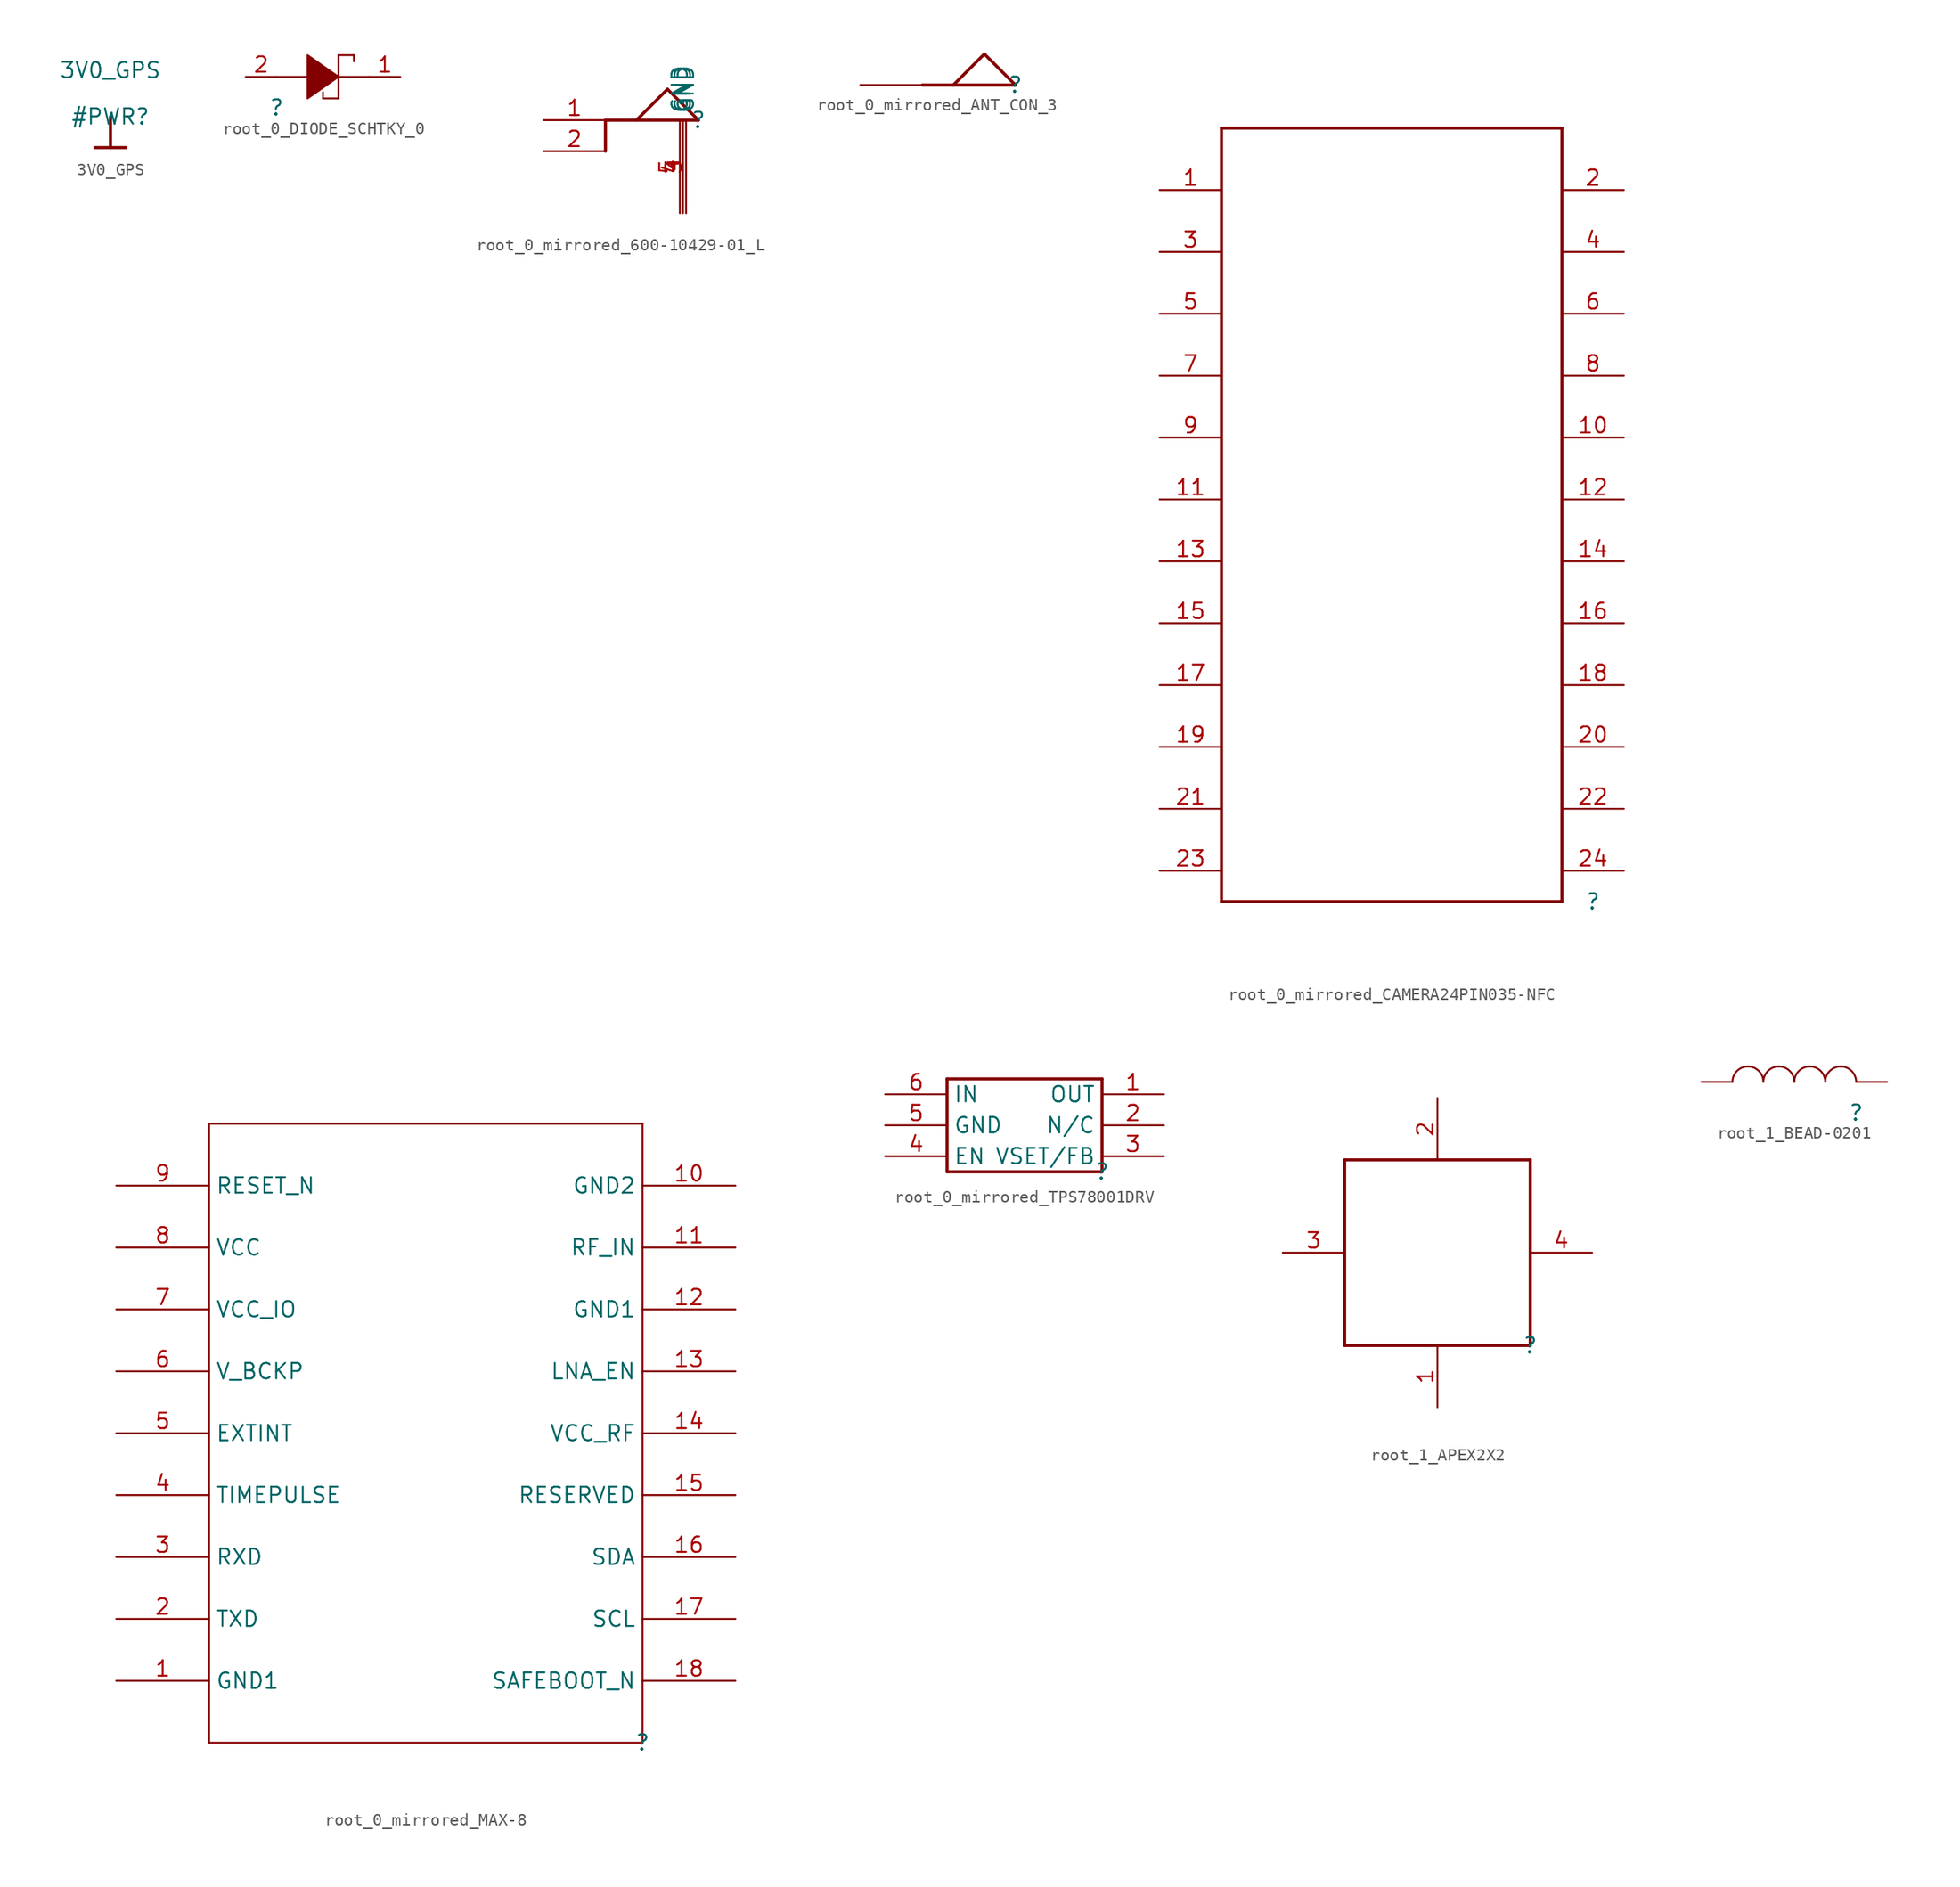
<source format=kicad_sym>
(kicad_symbol_lib
  (version 20220914)
  (generator kicad_symbol_editor)
  (symbol "3V0_GPS"
    (power)
    (property "Reference" "#PWR"
      (at 0 0 0)
      (effects (font (size 1.27 1.27))))
    (property "Value" "3V0_GPS"
      (at 0 3.81 0)
      (effects (font (size 1.27 1.27))))
    (symbol "3V0_GPS_0_0"
      (polyline (pts (xy -1.27 -2.54) (xy 1.27 -2.54)) (stroke (width 0.254) (type solid)) (fill (type none)))
      (polyline (pts (xy 0 0) (xy 0 -2.54)) (stroke (width 0.254) (type solid)) (fill (type none)))
      (pin power_in line (at 0 0 0) (length 0) hide (name "3V0_GPS" (effects (font (size 1.27 1.27)))) (number "" (effects (font (size 1.27 1.27)))))))
  (symbol "root_0_DIODE_SCHTKY_0"
    (property "Reference" ""
      (at 0 0 0)
      (effects (font (size 1.27 1.27))))
    (property "Value" ""
      (at 0 0 0)
      (effects (font (size 1.27 1.27))))
    (symbol "root_0_DIODE_SCHTKY_0_1_0"
      (polyline (pts (xy 0 2.54) (xy 2.54 2.54)) (stroke (width 0) (type solid)) (fill (type none)))
      (polyline (pts (xy 3.81 0.762) (xy 3.81 1.27)) (stroke (width 0) (type solid)) (fill (type none)))
      (polyline (pts (xy 5.08 0.762) (xy 3.81 0.762)) (stroke (width 0) (type solid)) (fill (type none)))
      (polyline (pts (xy 5.08 2.54) (xy 7.62 2.54)) (stroke (width 0) (type solid)) (fill (type none)))
      (polyline (pts (xy 5.08 4.318) (xy 5.08 0.762)) (stroke (width 0) (type solid)) (fill (type none)))
      (polyline (pts (xy 5.08 4.318) (xy 6.35 4.318)) (stroke (width 0) (type solid)) (fill (type none)))
      (polyline (pts (xy 6.35 4.318) (xy 6.35 3.81)) (stroke (width 0) (type solid)) (fill (type none)))
      (polyline (pts (xy 5.08 2.54) (xy 5.08 2.54) (xy 2.54 0.762) (xy 2.54 4.318) (xy 5.08 2.54) (xy 5.08 2.54)) (stroke (width 0) (type solid)) (fill (type outline)))
      (pin passive line (at 10.16 2.54 180) (length 2.54) (name "C" (effects (font (size 0 0)))) (number "1" (effects (font (size 1.27 1.27)))))
      (pin passive line (at -2.54 2.54 0) (length 2.54) (name "A" (effects (font (size 0 0)))) (number "2" (effects (font (size 1.27 1.27)))))))
  (symbol "root_0_mirrored_600-10429-01_L"
    (property "Reference" ""
      (at 0 0 0)
      (effects (font (size 1.27 1.27))))
    (property "Value" ""
      (at 0 0 0)
      (effects (font (size 1.27 1.27))))
    (symbol "root_0_mirrored_600-10429-01_L_0_0"
      (pin power_in line (at -1.016 -7.62 90) (length 7.62) (name "GND" (effects (font (size 1.27 1.27)))) (number "3" (effects (font (size 1.27 1.27)))))
      (pin power_in line (at -1.27 -7.62 90) (length 7.62) (name "GND" (effects (font (size 1.27 1.27)))) (number "4" (effects (font (size 1.27 1.27)))))
      (pin power_in line (at -1.524 -7.62 90) (length 7.62) (name "GND" (effects (font (size 1.27 1.27)))) (number "5" (effects (font (size 1.27 1.27))))))
    (symbol "root_0_mirrored_600-10429-01_L_1_0"
      (polyline (pts (xy -7.62 -2.54) (xy -7.62 0)) (stroke (width 0.254) (type solid)) (fill (type none)))
      (polyline (pts (xy -2.54 2.54) (xy -5.08 0)) (stroke (width 0.254) (type solid)) (fill (type none)))
      (polyline (pts (xy 0 0) (xy -7.62 0)) (stroke (width 0.254) (type solid)) (fill (type none)))
      (polyline (pts (xy 0 0) (xy -2.54 2.54)) (stroke (width 0.254) (type solid)) (fill (type none)))
      (pin passive line (at -12.7 0 0) (length 5.08) (name "1" (effects (font (size 0 0)))) (number "1" (effects (font (size 1.27 1.27)))))
      (pin passive line (at -12.7 -2.54 0) (length 5.08) (name "2" (effects (font (size 0 0)))) (number "2" (effects (font (size 1.27 1.27)))))))
  (symbol "root_0_mirrored_ANT_CON_3"
    (property "Reference" ""
      (at 0 0 0)
      (effects (font (size 1.27 1.27))))
    (property "Value" ""
      (at 0 0 0)
      (effects (font (size 1.27 1.27))))
    (symbol "root_0_mirrored_ANT_CON_3_1_0"
      (polyline (pts (xy -2.54 2.54) (xy -5.08 0)) (stroke (width 0.254) (type solid)) (fill (type none)))
      (polyline (pts (xy 0 0) (xy -7.62 0)) (stroke (width 0.254) (type solid)) (fill (type none)))
      (polyline (pts (xy 0 0) (xy -2.54 2.54)) (stroke (width 0.254) (type solid)) (fill (type none)))
      (pin passive line (at -12.7 0 0) (length 5.08) (name "1" (effects (font (size 0 0)))) (number "1" (effects (font (size 0 0)))))))
  (symbol "root_0_mirrored_CAMERA24PIN035-NFC"
    (property "Reference" ""
      (at 0 0 0)
      (effects (font (size 1.27 1.27))))
    (property "Value" ""
      (at 0 0 0)
      (effects (font (size 1.27 1.27))))
    (symbol "root_0_mirrored_CAMERA24PIN035-NFC_1_0"
      (polyline (pts (xy -30.48 0) (xy -30.48 63.5)) (stroke (width 0.254) (type solid)) (fill (type none)))
      (polyline (pts (xy -30.48 63.5) (xy -2.54 63.5)) (stroke (width 0.254) (type solid)) (fill (type none)))
      (polyline (pts (xy -2.54 0) (xy -30.48 0)) (stroke (width 0.254) (type solid)) (fill (type none)))
      (polyline (pts (xy -2.54 63.5) (xy -2.54 0)) (stroke (width 0.254) (type solid)) (fill (type none)))
      (pin passive line (at -35.56 58.42 0) (length 5.08) (name "1" (effects (font (size 0 0)))) (number "1" (effects (font (size 1.27 1.27)))))
      (pin passive line (at 2.54 38.1 180) (length 5.08) (name "10" (effects (font (size 0 0)))) (number "10" (effects (font (size 1.27 1.27)))))
      (pin passive line (at -35.56 33.02 0) (length 5.08) (name "11" (effects (font (size 0 0)))) (number "11" (effects (font (size 1.27 1.27)))))
      (pin passive line (at 2.54 33.02 180) (length 5.08) (name "12" (effects (font (size 0 0)))) (number "12" (effects (font (size 1.27 1.27)))))
      (pin passive line (at -35.56 27.94 0) (length 5.08) (name "13" (effects (font (size 0 0)))) (number "13" (effects (font (size 1.27 1.27)))))
      (pin passive line (at 2.54 27.94 180) (length 5.08) (name "14" (effects (font (size 0 0)))) (number "14" (effects (font (size 1.27 1.27)))))
      (pin passive line (at -35.56 22.86 0) (length 5.08) (name "15" (effects (font (size 0 0)))) (number "15" (effects (font (size 1.27 1.27)))))
      (pin passive line (at 2.54 22.86 180) (length 5.08) (name "16" (effects (font (size 0 0)))) (number "16" (effects (font (size 1.27 1.27)))))
      (pin passive line (at -35.56 17.78 0) (length 5.08) (name "17" (effects (font (size 0 0)))) (number "17" (effects (font (size 1.27 1.27)))))
      (pin passive line (at 2.54 17.78 180) (length 5.08) (name "18" (effects (font (size 0 0)))) (number "18" (effects (font (size 1.27 1.27)))))
      (pin passive line (at -35.56 12.7 0) (length 5.08) (name "19" (effects (font (size 0 0)))) (number "19" (effects (font (size 1.27 1.27)))))
      (pin passive line (at 2.54 58.42 180) (length 5.08) (name "2" (effects (font (size 0 0)))) (number "2" (effects (font (size 1.27 1.27)))))
      (pin passive line (at 2.54 12.7 180) (length 5.08) (name "20" (effects (font (size 0 0)))) (number "20" (effects (font (size 1.27 1.27)))))
      (pin passive line (at -35.56 7.62 0) (length 5.08) (name "21" (effects (font (size 0 0)))) (number "21" (effects (font (size 1.27 1.27)))))
      (pin passive line (at 2.54 7.62 180) (length 5.08) (name "22" (effects (font (size 0 0)))) (number "22" (effects (font (size 1.27 1.27)))))
      (pin passive line (at -35.56 2.54 0) (length 5.08) (name "23" (effects (font (size 0 0)))) (number "23" (effects (font (size 1.27 1.27)))))
      (pin passive line (at 2.54 2.54 180) (length 5.08) (name "24" (effects (font (size 0 0)))) (number "24" (effects (font (size 1.27 1.27)))))
      (pin passive line (at -35.56 53.34 0) (length 5.08) (name "3" (effects (font (size 0 0)))) (number "3" (effects (font (size 1.27 1.27)))))
      (pin passive line (at 2.54 53.34 180) (length 5.08) (name "4" (effects (font (size 0 0)))) (number "4" (effects (font (size 1.27 1.27)))))
      (pin passive line (at -35.56 48.26 0) (length 5.08) (name "5" (effects (font (size 0 0)))) (number "5" (effects (font (size 1.27 1.27)))))
      (pin passive line (at 2.54 48.26 180) (length 5.08) (name "6" (effects (font (size 0 0)))) (number "6" (effects (font (size 1.27 1.27)))))
      (pin passive line (at -35.56 43.18 0) (length 5.08) (name "7" (effects (font (size 0 0)))) (number "7" (effects (font (size 1.27 1.27)))))
      (pin passive line (at 2.54 43.18 180) (length 5.08) (name "8" (effects (font (size 0 0)))) (number "8" (effects (font (size 1.27 1.27)))))
      (pin passive line (at -35.56 38.1 0) (length 5.08) (name "9" (effects (font (size 0 0)))) (number "9" (effects (font (size 1.27 1.27)))))))
  (symbol "root_0_mirrored_MAX-8"
    (property "Reference" ""
      (at 0 0 0)
      (effects (font (size 1.27 1.27))))
    (property "Value" ""
      (at 0 0 0)
      (effects (font (size 1.27 1.27))))
    (symbol "root_0_mirrored_MAX-8_1_0"
      (polyline (pts (xy -35.56 0) (xy 0 0)) (stroke (width 0) (type solid)) (fill (type none)))
      (polyline (pts (xy -35.56 50.8) (xy -35.56 0)) (stroke (width 0) (type solid)) (fill (type none)))
      (polyline (pts (xy 0 0) (xy 0 50.8)) (stroke (width 0) (type solid)) (fill (type none)))
      (polyline (pts (xy 0 50.8) (xy -35.56 50.8)) (stroke (width 0) (type solid)) (fill (type none)))
      (pin passive line (at -43.18 5.08 0) (length 7.62) (name "GND1" (effects (font (size 1.27 1.27)))) (number "1" (effects (font (size 1.27 1.27)))))
      (pin passive line (at 7.62 45.72 180) (length 7.62) (name "GND2" (effects (font (size 1.27 1.27)))) (number "10" (effects (font (size 1.27 1.27)))))
      (pin passive line (at 7.62 40.64 180) (length 7.62) (name "RF_IN" (effects (font (size 1.27 1.27)))) (number "11" (effects (font (size 1.27 1.27)))))
      (pin passive line (at 7.62 35.56 180) (length 7.62) (name "GND1" (effects (font (size 1.27 1.27)))) (number "12" (effects (font (size 1.27 1.27)))))
      (pin passive line (at 7.62 30.48 180) (length 7.62) (name "LNA_EN" (effects (font (size 1.27 1.27)))) (number "13" (effects (font (size 1.27 1.27)))))
      (pin passive line (at 7.62 25.4 180) (length 7.62) (name "VCC_RF" (effects (font (size 1.27 1.27)))) (number "14" (effects (font (size 1.27 1.27)))))
      (pin passive line (at 7.62 20.32 180) (length 7.62) (name "RESERVED" (effects (font (size 1.27 1.27)))) (number "15" (effects (font (size 1.27 1.27)))))
      (pin passive line (at 7.62 15.24 180) (length 7.62) (name "SDA" (effects (font (size 1.27 1.27)))) (number "16" (effects (font (size 1.27 1.27)))))
      (pin passive line (at 7.62 10.16 180) (length 7.62) (name "SCL" (effects (font (size 1.27 1.27)))) (number "17" (effects (font (size 1.27 1.27)))))
      (pin passive line (at 7.62 5.08 180) (length 7.62) (name "SAFEBOOT_N" (effects (font (size 1.27 1.27)))) (number "18" (effects (font (size 1.27 1.27)))))
      (pin passive line (at -43.18 10.16 0) (length 7.62) (name "TXD" (effects (font (size 1.27 1.27)))) (number "2" (effects (font (size 1.27 1.27)))))
      (pin passive line (at -43.18 15.24 0) (length 7.62) (name "RXD" (effects (font (size 1.27 1.27)))) (number "3" (effects (font (size 1.27 1.27)))))
      (pin passive line (at -43.18 20.32 0) (length 7.62) (name "TIMEPULSE" (effects (font (size 1.27 1.27)))) (number "4" (effects (font (size 1.27 1.27)))))
      (pin passive line (at -43.18 25.4 0) (length 7.62) (name "EXTINT" (effects (font (size 1.27 1.27)))) (number "5" (effects (font (size 1.27 1.27)))))
      (pin passive line (at -43.18 30.48 0) (length 7.62) (name "V_BCKP" (effects (font (size 1.27 1.27)))) (number "6" (effects (font (size 1.27 1.27)))))
      (pin passive line (at -43.18 35.56 0) (length 7.62) (name "VCC_IO" (effects (font (size 1.27 1.27)))) (number "7" (effects (font (size 1.27 1.27)))))
      (pin passive line (at -43.18 40.64 0) (length 7.62) (name "VCC" (effects (font (size 1.27 1.27)))) (number "8" (effects (font (size 1.27 1.27)))))
      (pin passive line (at -43.18 45.72 0) (length 7.62) (name "RESET_N" (effects (font (size 1.27 1.27)))) (number "9" (effects (font (size 1.27 1.27)))))))
  (symbol "root_0_mirrored_TPS78001DRV"
    (property "Reference" ""
      (at 0 0 0)
      (effects (font (size 1.27 1.27))))
    (property "Value" ""
      (at 0 0 0)
      (effects (font (size 1.27 1.27))))
    (symbol "root_0_mirrored_TPS78001DRV_1_0"
      (polyline (pts (xy -12.7 0) (xy 0 0)) (stroke (width 0.254) (type solid)) (fill (type none)))
      (polyline (pts (xy -12.7 7.62) (xy -12.7 0)) (stroke (width 0.254) (type solid)) (fill (type none)))
      (polyline (pts (xy 0 0) (xy 0 7.62)) (stroke (width 0.254) (type solid)) (fill (type none)))
      (polyline (pts (xy 0 7.62) (xy -12.7 7.62)) (stroke (width 0.254) (type solid)) (fill (type none)))
      (pin passive line (at 5.08 6.35 180) (length 5.08) (name "OUT" (effects (font (size 1.27 1.27)))) (number "1" (effects (font (size 1.27 1.27)))))
      (pin passive line (at 5.08 3.81 180) (length 5.08) (name "N/C" (effects (font (size 1.27 1.27)))) (number "2" (effects (font (size 1.27 1.27)))))
      (pin passive line (at 5.08 1.27 180) (length 5.08) (name "VSET/FB" (effects (font (size 1.27 1.27)))) (number "3" (effects (font (size 1.27 1.27)))))
      (pin passive line (at -17.78 1.27 0) (length 5.08) (name "EN" (effects (font (size 1.27 1.27)))) (number "4" (effects (font (size 1.27 1.27)))))
      (pin passive line (at -17.78 3.81 0) (length 5.08) (name "GND" (effects (font (size 1.27 1.27)))) (number "5" (effects (font (size 1.27 1.27)))))
      (pin passive line (at -17.78 6.35 0) (length 5.08) (name "IN" (effects (font (size 1.27 1.27)))) (number "6" (effects (font (size 1.27 1.27)))))))
  (symbol "root_1_APEX2X2"
    (property "Reference" ""
      (at 0 0 0)
      (effects (font (size 1.27 1.27))))
    (property "Value" ""
      (at 0 0 0)
      (effects (font (size 1.27 1.27))))
    (symbol "root_1_APEX2X2_1_0"
      (polyline (pts (xy -15.24 0) (xy -15.24 15.24)) (stroke (width 0.254) (type solid)) (fill (type none)))
      (polyline (pts (xy -15.24 15.24) (xy 0 15.24)) (stroke (width 0.254) (type solid)) (fill (type none)))
      (polyline (pts (xy 0 0) (xy -15.24 0)) (stroke (width 0.254) (type solid)) (fill (type none)))
      (polyline (pts (xy 0 15.24) (xy 0 0)) (stroke (width 0.254) (type solid)) (fill (type none)))
      (pin passive line (at -7.62 -5.08 90) (length 5.08) (name "1" (effects (font (size 0 0)))) (number "1" (effects (font (size 1.27 1.27)))))
      (pin passive line (at -7.62 20.32 270) (length 5.08) (name "2" (effects (font (size 0 0)))) (number "2" (effects (font (size 1.27 1.27)))))
      (pin passive line (at -20.32 7.62 0) (length 5.08) (name "3" (effects (font (size 0 0)))) (number "3" (effects (font (size 1.27 1.27)))))
      (pin passive line (at 5.08 7.62 180) (length 5.08) (name "4" (effects (font (size 0 0)))) (number "4" (effects (font (size 1.27 1.27)))))))
  (symbol "root_1_BEAD-0201"
    (property "Reference" ""
      (at 0 0 0)
      (effects (font (size 1.27 1.27))))
    (property "Value" ""
      (at 0 0 0)
      (effects (font (size 1.27 1.27))))
    (symbol "root_1_BEAD-0201_1_0"
      (arc (start -8.89 3.81) (mid -9.788 3.438) (end -10.16 2.54) (stroke (width 0) (type solid)) (fill (type none)))
      (arc (start -7.62 2.54) (mid -7.992 3.438) (end -8.89 3.81) (stroke (width 0) (type solid)) (fill (type none)))
      (arc (start -6.35 3.81) (mid -7.248 3.438) (end -7.62 2.54) (stroke (width 0) (type solid)) (fill (type none)))
      (arc (start -5.08 2.54) (mid -5.452 3.438) (end -6.35 3.81) (stroke (width 0) (type solid)) (fill (type none)))
      (arc (start -3.81 3.81) (mid -4.708 3.438) (end -5.08 2.54) (stroke (width 0) (type solid)) (fill (type none)))
      (arc (start -2.54 2.54) (mid -2.912 3.438) (end -3.81 3.81) (stroke (width 0) (type solid)) (fill (type none)))
      (arc (start -1.27 3.81) (mid -2.168 3.438) (end -2.54 2.54) (stroke (width 0) (type solid)) (fill (type none)))
      (arc (start 0 2.54) (mid -0.372 3.438) (end -1.27 3.81) (stroke (width 0) (type solid)) (fill (type none)))
      (pin passive line (at -12.7 2.54 0) (length 2.54) (name "1" (effects (font (size 0 0)))) (number "1" (effects (font (size 0 0)))))
      (pin passive line (at 2.54 2.54 180) (length 2.54) (name "2" (effects (font (size 0 0)))) (number "2" (effects (font (size 0 0))))))))
</source>
